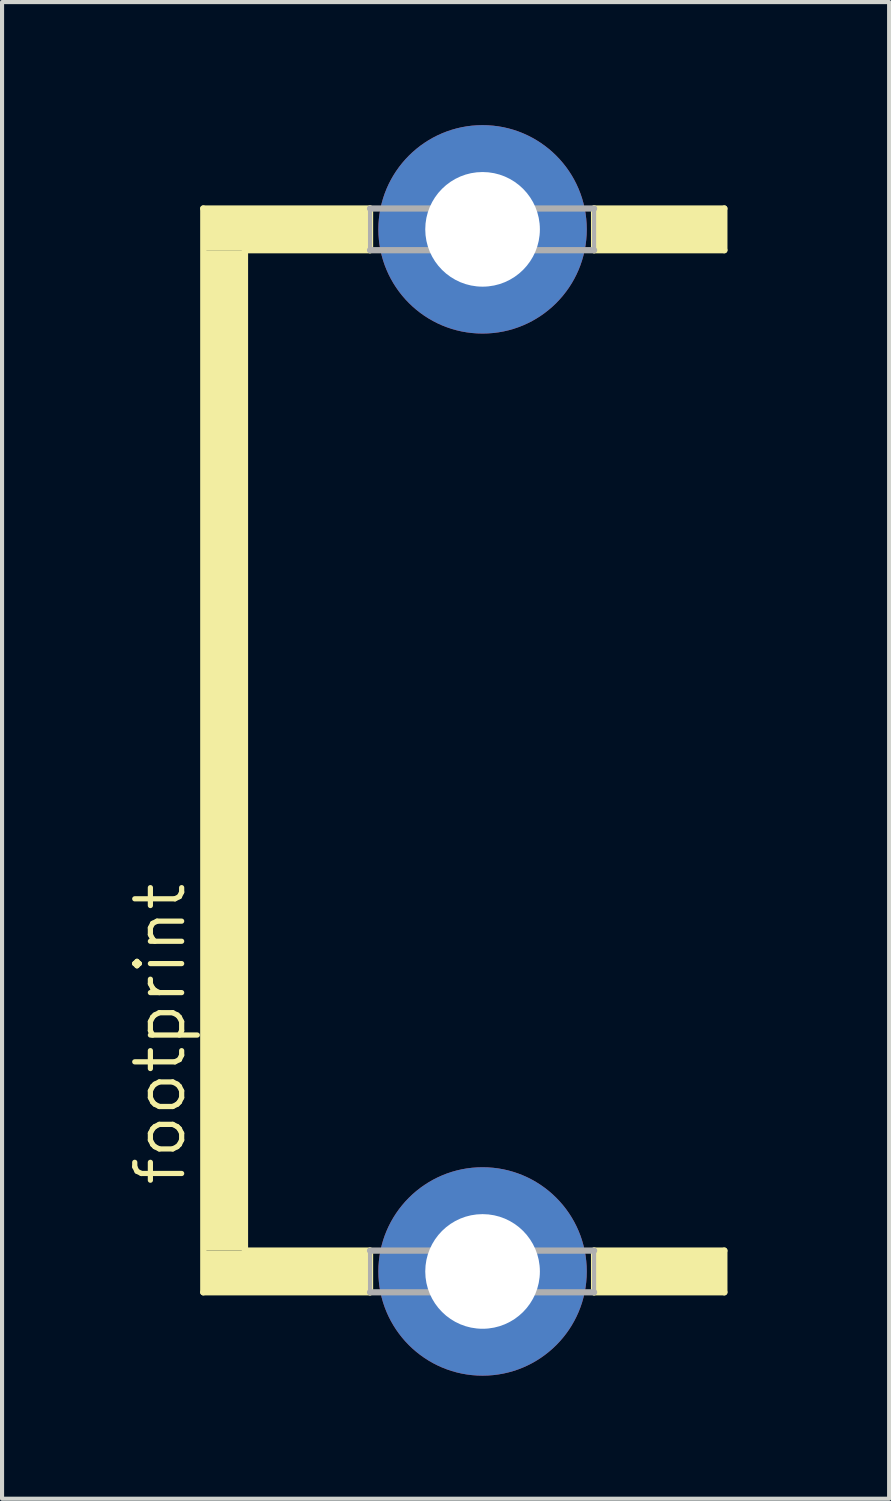
<source format=kicad_pcb>
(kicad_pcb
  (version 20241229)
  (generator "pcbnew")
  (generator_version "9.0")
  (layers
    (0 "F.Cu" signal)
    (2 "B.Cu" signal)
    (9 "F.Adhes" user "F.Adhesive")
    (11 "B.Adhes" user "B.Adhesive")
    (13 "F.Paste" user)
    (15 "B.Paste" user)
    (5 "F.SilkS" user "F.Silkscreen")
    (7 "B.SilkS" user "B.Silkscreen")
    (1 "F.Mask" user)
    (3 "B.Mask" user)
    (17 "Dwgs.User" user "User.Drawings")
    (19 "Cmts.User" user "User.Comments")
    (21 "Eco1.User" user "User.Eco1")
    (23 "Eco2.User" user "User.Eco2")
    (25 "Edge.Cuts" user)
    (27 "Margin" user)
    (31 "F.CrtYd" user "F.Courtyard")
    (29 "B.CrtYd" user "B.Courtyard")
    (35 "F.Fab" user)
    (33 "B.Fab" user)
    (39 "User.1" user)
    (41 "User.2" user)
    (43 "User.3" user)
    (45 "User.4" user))
  (footprint "footprint"
    (layer "F.Cu")
    (at 2.921 15.24)
    (property "Reference" "footprint" (at -1.397 10.668 90) (layer "F.SilkS") (effects (font (size 1.143 1.143) (thickness 0.127)) (justify left bottom)))
    (fp_line (start -1.016 -13.208) (end -1.016 13.208) (stroke (width 0.152) (type solid)) (layer "F.SilkS"))
    (fp_line (start -1.016 -13.208) (end 3.048 -13.208) (stroke (width 0.152) (type solid)) (layer "F.SilkS"))
    (fp_line (start -1.016 13.208) (end 3.048 13.208) (stroke (width 0.152) (type solid)) (layer "F.SilkS"))
    (fp_line (start 0 -12.192) (end 0 12.192) (stroke (width 0.152) (type solid)) (layer "F.SilkS"))
    (fp_line (start 3.048 -12.192) (end 0 -12.192) (stroke (width 0.152) (type solid)) (layer "F.SilkS"))
    (fp_line (start 3.048 -12.192) (end 3.048 -13.208) (stroke (width 0.152) (type solid)) (layer "F.SilkS"))
    (fp_line (start 3.048 12.192) (end 0 12.192) (stroke (width 0.152) (type solid)) (layer "F.SilkS"))
    (fp_line (start 3.048 13.208) (end 3.048 12.192) (stroke (width 0.152) (type solid)) (layer "F.SilkS"))
    (fp_line (start 8.509 -13.208) (end 11.684 -13.208) (stroke (width 0.152) (type solid)) (layer "F.SilkS"))
    (fp_line (start 8.509 -12.192) (end 8.509 -13.208) (stroke (width 0.152) (type solid)) (layer "F.SilkS"))
    (fp_line (start 8.509 13.208) (end 8.509 12.192) (stroke (width 0.152) (type solid)) (layer "F.SilkS"))
    (fp_line (start 8.509 13.208) (end 11.684 13.208) (stroke (width 0.152) (type solid)) (layer "F.SilkS"))
    (fp_line (start 11.684 -13.208) (end 11.684 -12.192) (stroke (width 0.152) (type solid)) (layer "F.SilkS"))
    (fp_line (start 11.684 -12.192) (end 8.509 -12.192) (stroke (width 0.152) (type solid)) (layer "F.SilkS"))
    (fp_line (start 11.684 12.192) (end 8.509 12.192) (stroke (width 0.152) (type solid)) (layer "F.SilkS"))
    (fp_line (start 11.684 13.208) (end 11.684 12.192) (stroke (width 0.152) (type solid)) (layer "F.SilkS"))
    (fp_poly (pts (xy -1.016 -12.192) (xy 3.048 -12.192) (xy 3.048 -13.208) (xy -1.016 -13.208)) (stroke (width 0) (type solid)) (fill yes) (layer "F.SilkS"))
    (fp_poly (pts (xy -1.016 12.192) (xy 0 12.192) (xy 0 -12.192) (xy -1.016 -12.192)) (stroke (width 0) (type solid)) (fill yes) (layer "F.SilkS"))
    (fp_poly (pts (xy -1.016 13.208) (xy 3.048 13.208) (xy 3.048 12.192) (xy -1.016 12.192)) (stroke (width 0) (type solid)) (fill yes) (layer "F.SilkS"))
    (fp_poly (pts (xy 8.509 -12.192) (xy 11.684 -12.192) (xy 11.684 -13.208) (xy 8.509 -13.208)) (stroke (width 0) (type solid)) (fill yes) (layer "F.SilkS"))
    (fp_poly (pts (xy 8.509 13.208) (xy 11.684 13.208) (xy 11.684 12.192) (xy 8.509 12.192)) (stroke (width 0) (type solid)) (fill yes) (layer "F.SilkS"))
    (fp_line (start 3.048 -13.208) (end 8.509 -13.208) (stroke (width 0.152) (type solid)) (layer "F.Fab"))
    (fp_line (start 3.048 13.208) (end 8.509 13.208) (stroke (width 0.152) (type solid)) (layer "F.Fab"))
    (fp_line (start 8.509 -12.192) (end 3.048 -12.192) (stroke (width 0.152) (type solid)) (layer "F.Fab"))
    (fp_line (start 8.509 12.192) (end 3.048 12.192) (stroke (width 0.152) (type solid)) (layer "F.Fab"))
    (fp_poly (pts (xy 3.048 -12.192) (xy 8.509 -12.192) (xy 8.509 -13.208) (xy 3.048 -13.208)) (stroke (width 0.1) (type solid)) (fill no) (layer "F.Fab"))
    (fp_poly (pts (xy 3.048 13.208) (xy 8.509 13.208) (xy 8.509 12.192) (xy 3.048 12.192)) (stroke (width 0.1) (type solid)) (fill no) (layer "F.Fab"))
    (pad "A2,8" thru_hole circle (at 5.791 12.7) (size 5.08 5.08) (drill 2.794) (layers "*.Cu" "*.Mask"))
    (pad "B2,8" thru_hole circle (at 5.791 -12.7) (size 5.08 5.08) (drill 2.794) (layers "*.Cu" "*.Mask"))
    (zone (net_name "") (layer "F.Cu") (hatch edge 0.508) (connect_pads) (min_thickness 0.254) (filled_areas_thickness no) (keepout (tracks not_allowed) (vias not_allowed) (pads not_allowed) (copperpour not_allowed) (footprints allowed)) (placement (enabled no)) (fill) (polygon (pts (xy 1.016 3.81) (xy 15.621 3.81) (xy 15.621 1.27) (xy 1.016 1.27))))
    (zone (net_name "") (layer "F.Cu") (hatch edge 0.508) (connect_pads) (min_thickness 0.254) (filled_areas_thickness no) (keepout (tracks not_allowed) (vias not_allowed) (pads not_allowed) (copperpour not_allowed) (footprints allowed)) (placement (enabled no)) (fill) (polygon (pts (xy 1.016 29.21) (xy 3.556 29.21) (xy 3.556 1.27) (xy 1.016 1.27))))
    (zone (net_name "") (layer "F.Cu") (hatch edge 0.508) (connect_pads) (min_thickness 0.254) (filled_areas_thickness no) (keepout (tracks not_allowed) (vias not_allowed) (pads not_allowed) (copperpour not_allowed) (footprints allowed)) (placement (enabled no)) (fill) (polygon (pts (xy 1.016 29.21) (xy 15.621 29.21) (xy 15.621 26.67) (xy 1.016 26.67))))
    (zone (net_name "") (layers "F.Cu" "B.Cu") (hatch edge 0.508) (connect_pads) (min_thickness 0.254) (filled_areas_thickness no) (keepout (tracks allowed) (vias not_allowed) (pads allowed) (copperpour allowed) (footprints allowed)) (placement (enabled no)) (fill) (polygon (pts (xy 1.016 3.81) (xy 15.621 3.81) (xy 15.621 1.27) (xy 1.016 1.27))))
    (zone (net_name "") (layers "F.Cu" "B.Cu") (hatch edge 0.508) (connect_pads) (min_thickness 0.254) (filled_areas_thickness no) (keepout (tracks allowed) (vias not_allowed) (pads allowed) (copperpour allowed) (footprints allowed)) (placement (enabled no)) (fill) (polygon (pts (xy 1.016 29.21) (xy 3.556 29.21) (xy 3.556 1.27) (xy 1.016 1.27))))
    (zone (net_name "") (layers "F.Cu" "B.Cu") (hatch edge 0.508) (connect_pads) (min_thickness 0.254) (filled_areas_thickness no) (keepout (tracks allowed) (vias not_allowed) (pads allowed) (copperpour allowed) (footprints allowed)) (placement (enabled no)) (fill) (polygon (pts (xy 1.016 29.21) (xy 15.621 29.21) (xy 15.621 26.67) (xy 1.016 26.67)))))
  (gr_rect
    (start -3 -3)
    (end 18.621 33.48)
    (stroke (width 0.1) (type default))
    (fill no)
    (layer "Edge.Cuts")))
</source>
